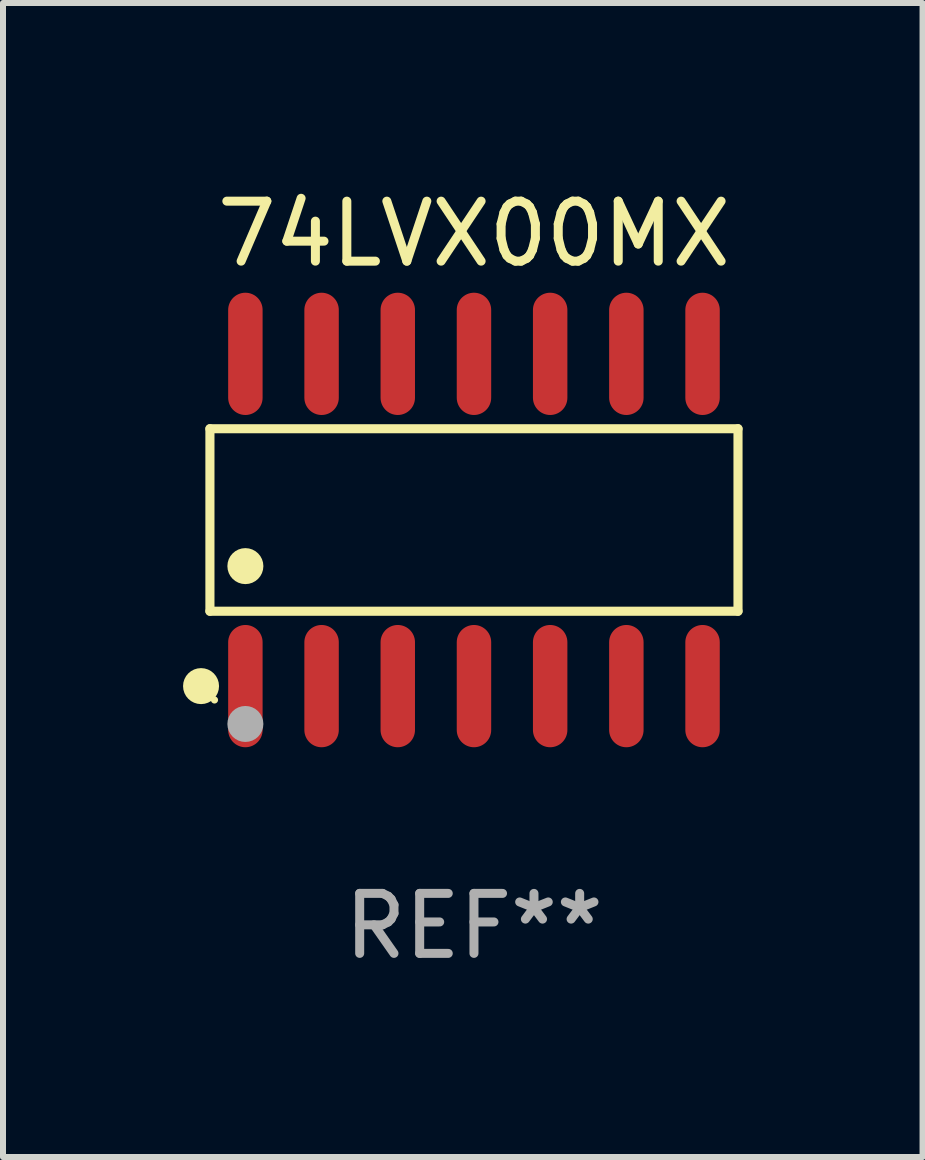
<source format=kicad_pcb>
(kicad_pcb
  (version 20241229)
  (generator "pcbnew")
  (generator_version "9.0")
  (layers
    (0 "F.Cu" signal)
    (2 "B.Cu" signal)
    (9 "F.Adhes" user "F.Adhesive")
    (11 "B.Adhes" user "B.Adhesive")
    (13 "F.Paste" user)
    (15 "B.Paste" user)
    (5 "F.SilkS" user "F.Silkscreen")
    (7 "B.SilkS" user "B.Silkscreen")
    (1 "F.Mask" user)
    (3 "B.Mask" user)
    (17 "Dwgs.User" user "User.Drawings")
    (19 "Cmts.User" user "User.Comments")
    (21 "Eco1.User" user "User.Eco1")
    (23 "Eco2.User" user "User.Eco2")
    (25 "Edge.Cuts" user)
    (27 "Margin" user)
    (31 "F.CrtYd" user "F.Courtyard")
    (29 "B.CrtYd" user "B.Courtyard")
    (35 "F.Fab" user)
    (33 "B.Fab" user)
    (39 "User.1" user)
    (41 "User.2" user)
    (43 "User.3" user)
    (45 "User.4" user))
  (footprint "74LVX00MX"
    (layer "F.Cu")
    (at 4.85 5.617)
    (property "Reference" "74LVX00MX" (at 0 -4.769 0) (layer "F.SilkS") (effects (font (size 1 1) (thickness 0.15))))
    (attr through_hole)
    (fp_line (start -4.401 -1.521) (end 4.401 -1.521) (stroke (width 0.152) (type solid)) (layer "F.SilkS"))
    (fp_line (start -4.401 1.521) (end -4.401 -1.521) (stroke (width 0.152) (type solid)) (layer "F.SilkS"))
    (fp_line (start 4.401 -1.521) (end 4.401 1.521) (stroke (width 0.152) (type solid)) (layer "F.SilkS"))
    (fp_line (start 4.401 1.521) (end -4.401 1.521) (stroke (width 0.152) (type solid)) (layer "F.SilkS"))
    (fp_circle (center -4.549 2.769) (end -4.399 2.769) (stroke (width 0.3) (type solid)) (fill no) (layer "F.SilkS"))
    (fp_circle (center -4.325 3) (end -4.295 3) (stroke (width 0.06) (type solid)) (fill no) (layer "F.SilkS"))
    (fp_circle (center -3.81 0.769) (end -3.66 0.769) (stroke (width 0.3) (type solid)) (fill no) (layer "F.SilkS"))
    (fp_circle (center -3.81 3.4) (end -3.66 3.4) (stroke (width 0.3) (type solid)) (fill no) (layer "F.Fab"))
    (fp_text user "REF**" (at 0 6.769 0) (layer "F.Fab") (effects (font (size 1 1) (thickness 0.15))))
    (pad "1" smd oval (at -3.81 2.769) (size 0.574 2.038) (layers "F.Cu" "F.Mask" "F.Paste"))
    (pad "2" smd oval (at -2.54 2.769) (size 0.574 2.038) (layers "F.Cu" "F.Mask" "F.Paste"))
    (pad "3" smd oval (at -1.27 2.769) (size 0.574 2.038) (layers "F.Cu" "F.Mask" "F.Paste"))
    (pad "4" smd oval (at 0 2.769) (size 0.574 2.038) (layers "F.Cu" "F.Mask" "F.Paste"))
    (pad "5" smd oval (at 1.27 2.769) (size 0.574 2.038) (layers "F.Cu" "F.Mask" "F.Paste"))
    (pad "6" smd oval (at 2.54 2.769) (size 0.574 2.038) (layers "F.Cu" "F.Mask" "F.Paste"))
    (pad "7" smd oval (at 3.81 2.769) (size 0.574 2.038) (layers "F.Cu" "F.Mask" "F.Paste"))
    (pad "8" smd oval (at 3.81 -2.769) (size 0.574 2.038) (layers "F.Cu" "F.Mask" "F.Paste"))
    (pad "9" smd oval (at 2.54 -2.769) (size 0.574 2.038) (layers "F.Cu" "F.Mask" "F.Paste"))
    (pad "10" smd oval (at 1.27 -2.769) (size 0.574 2.038) (layers "F.Cu" "F.Mask" "F.Paste"))
    (pad "11" smd oval (at 0 -2.769) (size 0.574 2.038) (layers "F.Cu" "F.Mask" "F.Paste"))
    (pad "12" smd oval (at -1.27 -2.769) (size 0.574 2.038) (layers "F.Cu" "F.Mask" "F.Paste"))
    (pad "13" smd oval (at -2.54 -2.769) (size 0.574 2.038) (layers "F.Cu" "F.Mask" "F.Paste"))
    (pad "14" smd oval (at -3.81 -2.769) (size 0.574 2.038) (layers "F.Cu" "F.Mask" "F.Paste")))
  (gr_rect
    (start -3 -3)
    (end 12.327 16.235)
    (stroke (width 0.1) (type default))
    (fill no)
    (layer "Edge.Cuts")))
</source>
